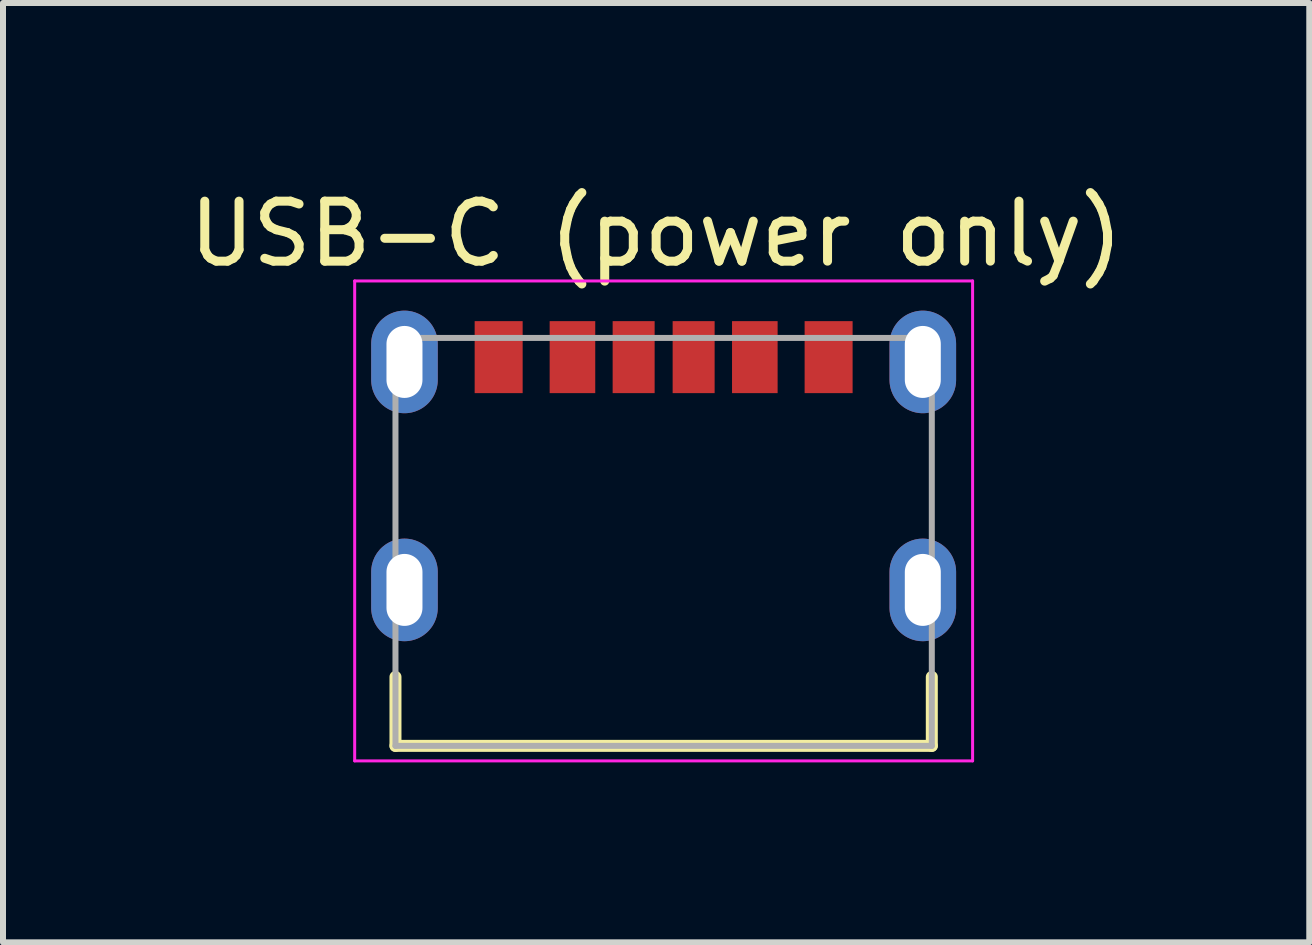
<source format=kicad_pcb>
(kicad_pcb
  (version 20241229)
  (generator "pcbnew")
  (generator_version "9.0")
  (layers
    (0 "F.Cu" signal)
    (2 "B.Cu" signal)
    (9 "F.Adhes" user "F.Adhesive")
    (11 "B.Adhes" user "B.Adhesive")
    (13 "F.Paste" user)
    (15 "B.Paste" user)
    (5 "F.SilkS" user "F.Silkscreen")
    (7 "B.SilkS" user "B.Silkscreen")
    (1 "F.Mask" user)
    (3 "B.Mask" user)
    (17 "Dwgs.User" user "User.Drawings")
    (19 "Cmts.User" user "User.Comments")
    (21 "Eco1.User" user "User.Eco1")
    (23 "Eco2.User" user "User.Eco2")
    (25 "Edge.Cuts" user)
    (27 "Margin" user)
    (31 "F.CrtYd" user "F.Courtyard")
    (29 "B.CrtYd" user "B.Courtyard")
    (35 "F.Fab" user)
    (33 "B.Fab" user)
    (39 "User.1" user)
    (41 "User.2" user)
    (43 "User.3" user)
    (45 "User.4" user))
  (footprint "USB-C (power only)"
    (layer "F.Cu")
    (at 8.012 5.983)
    (property "Reference" "USB-C (power only)" (at -0.125 -5.135 0) (layer "F.SilkS") (effects (font (size 1 1) (thickness 0.15))))
    (attr smd)
    (fp_poly (pts (xy -4.97 -3.3) (xy -4.97 -2.7) (xy -4.969 -2.666) (xy -4.966 -2.632) (xy -4.962 -2.598) (xy -4.956 -2.565) (xy -4.948 -2.532) (xy -4.938 -2.499) (xy -4.927 -2.467) (xy -4.914 -2.436) (xy -4.899 -2.405) (xy -4.883 -2.375) (xy -4.865 -2.346) (xy -4.846 -2.318) (xy -4.825 -2.291) (xy -4.803 -2.265) (xy -4.78 -2.24) (xy -4.755 -2.217) (xy -4.729 -2.195) (xy -4.702 -2.174) (xy -4.674 -2.155) (xy -4.645 -2.137) (xy -4.615 -2.121) (xy -4.584 -2.106) (xy -4.553 -2.093) (xy -4.521 -2.082) (xy -4.488 -2.072) (xy -4.455 -2.064) (xy -4.422 -2.058) (xy -4.388 -2.054) (xy -4.354 -2.051) (xy -4.32 -2.05) (xy -4.286 -2.051) (xy -4.252 -2.054) (xy -4.218 -2.058) (xy -4.185 -2.064) (xy -4.152 -2.072) (xy -4.119 -2.082) (xy -4.087 -2.093) (xy -4.056 -2.106) (xy -4.025 -2.121) (xy -3.995 -2.137) (xy -3.966 -2.155) (xy -3.938 -2.174) (xy -3.911 -2.195) (xy -3.885 -2.217) (xy -3.86 -2.24) (xy -3.837 -2.265) (xy -3.815 -2.291) (xy -3.794 -2.318) (xy -3.775 -2.346) (xy -3.757 -2.375) (xy -3.741 -2.405) (xy -3.726 -2.436) (xy -3.713 -2.467) (xy -3.702 -2.499) (xy -3.692 -2.532) (xy -3.684 -2.565) (xy -3.678 -2.598) (xy -3.674 -2.632) (xy -3.671 -2.666) (xy -3.67 -2.7) (xy -3.67 -3.3) (xy -3.671 -3.334) (xy -3.674 -3.368) (xy -3.678 -3.402) (xy -3.684 -3.435) (xy -3.692 -3.468) (xy -3.702 -3.501) (xy -3.713 -3.533) (xy -3.726 -3.564) (xy -3.741 -3.595) (xy -3.757 -3.625) (xy -3.775 -3.654) (xy -3.794 -3.682) (xy -3.815 -3.709) (xy -3.837 -3.735) (xy -3.86 -3.76) (xy -3.885 -3.783) (xy -3.911 -3.805) (xy -3.938 -3.826) (xy -3.966 -3.845) (xy -3.995 -3.863) (xy -4.025 -3.879) (xy -4.056 -3.894) (xy -4.087 -3.907) (xy -4.119 -3.918) (xy -4.152 -3.928) (xy -4.185 -3.936) (xy -4.218 -3.942) (xy -4.252 -3.946) (xy -4.286 -3.949) (xy -4.32 -3.95) (xy -4.354 -3.949) (xy -4.388 -3.946) (xy -4.422 -3.942) (xy -4.455 -3.936) (xy -4.488 -3.928) (xy -4.521 -3.918) (xy -4.553 -3.907) (xy -4.584 -3.894) (xy -4.615 -3.879) (xy -4.645 -3.863) (xy -4.674 -3.845) (xy -4.702 -3.826) (xy -4.729 -3.805) (xy -4.755 -3.783) (xy -4.78 -3.76) (xy -4.803 -3.735) (xy -4.825 -3.709) (xy -4.846 -3.682) (xy -4.865 -3.654) (xy -4.883 -3.625) (xy -4.899 -3.595) (xy -4.914 -3.564) (xy -4.927 -3.533) (xy -4.938 -3.501) (xy -4.948 -3.468) (xy -4.956 -3.435) (xy -4.962 -3.402) (xy -4.966 -3.368) (xy -4.969 -3.334) (xy -4.97 -3.3)) (stroke (width 0.01) (type solid)) (fill yes) (layer "F.Mask"))
    (fp_poly (pts (xy -4.97 0.5) (xy -4.97 1.1) (xy -4.969 1.134) (xy -4.966 1.168) (xy -4.962 1.202) (xy -4.956 1.235) (xy -4.948 1.268) (xy -4.938 1.301) (xy -4.927 1.333) (xy -4.914 1.364) (xy -4.899 1.395) (xy -4.883 1.425) (xy -4.865 1.454) (xy -4.846 1.482) (xy -4.825 1.509) (xy -4.803 1.535) (xy -4.78 1.56) (xy -4.755 1.583) (xy -4.729 1.605) (xy -4.702 1.626) (xy -4.674 1.645) (xy -4.645 1.663) (xy -4.615 1.679) (xy -4.584 1.694) (xy -4.553 1.707) (xy -4.521 1.718) (xy -4.488 1.728) (xy -4.455 1.736) (xy -4.422 1.742) (xy -4.388 1.746) (xy -4.354 1.749) (xy -4.32 1.75) (xy -4.286 1.749) (xy -4.252 1.746) (xy -4.218 1.742) (xy -4.185 1.736) (xy -4.152 1.728) (xy -4.119 1.718) (xy -4.087 1.707) (xy -4.056 1.694) (xy -4.025 1.679) (xy -3.995 1.663) (xy -3.966 1.645) (xy -3.938 1.626) (xy -3.911 1.605) (xy -3.885 1.583) (xy -3.86 1.56) (xy -3.837 1.535) (xy -3.815 1.509) (xy -3.794 1.482) (xy -3.775 1.454) (xy -3.757 1.425) (xy -3.741 1.395) (xy -3.726 1.364) (xy -3.713 1.333) (xy -3.702 1.301) (xy -3.692 1.268) (xy -3.684 1.235) (xy -3.678 1.202) (xy -3.674 1.168) (xy -3.671 1.134) (xy -3.67 1.1) (xy -3.67 0.5) (xy -3.671 0.466) (xy -3.674 0.432) (xy -3.678 0.398) (xy -3.684 0.365) (xy -3.692 0.332) (xy -3.702 0.299) (xy -3.713 0.267) (xy -3.726 0.236) (xy -3.741 0.205) (xy -3.757 0.175) (xy -3.775 0.146) (xy -3.794 0.118) (xy -3.815 0.091) (xy -3.837 0.065) (xy -3.86 0.04) (xy -3.885 0.017) (xy -3.911 -0.005) (xy -3.938 -0.026) (xy -3.966 -0.045) (xy -3.995 -0.063) (xy -4.025 -0.079) (xy -4.056 -0.094) (xy -4.087 -0.107) (xy -4.119 -0.118) (xy -4.152 -0.128) (xy -4.185 -0.136) (xy -4.218 -0.142) (xy -4.252 -0.146) (xy -4.286 -0.149) (xy -4.32 -0.15) (xy -4.354 -0.149) (xy -4.388 -0.146) (xy -4.422 -0.142) (xy -4.455 -0.136) (xy -4.488 -0.128) (xy -4.521 -0.118) (xy -4.553 -0.107) (xy -4.584 -0.094) (xy -4.615 -0.079) (xy -4.645 -0.063) (xy -4.674 -0.045) (xy -4.702 -0.026) (xy -4.729 -0.005) (xy -4.755 0.017) (xy -4.78 0.04) (xy -4.803 0.065) (xy -4.825 0.091) (xy -4.846 0.118) (xy -4.865 0.146) (xy -4.883 0.175) (xy -4.899 0.205) (xy -4.914 0.236) (xy -4.927 0.267) (xy -4.938 0.299) (xy -4.948 0.332) (xy -4.956 0.365) (xy -4.962 0.398) (xy -4.966 0.432) (xy -4.969 0.466) (xy -4.97 0.5)) (stroke (width 0.01) (type solid)) (fill yes) (layer "F.Mask"))
    (fp_poly (pts (xy 3.67 -3.3) (xy 3.67 -2.7) (xy 3.671 -2.666) (xy 3.674 -2.632) (xy 3.678 -2.598) (xy 3.684 -2.565) (xy 3.692 -2.532) (xy 3.702 -2.499) (xy 3.713 -2.467) (xy 3.726 -2.436) (xy 3.741 -2.405) (xy 3.757 -2.375) (xy 3.775 -2.346) (xy 3.794 -2.318) (xy 3.815 -2.291) (xy 3.837 -2.265) (xy 3.86 -2.24) (xy 3.885 -2.217) (xy 3.911 -2.195) (xy 3.938 -2.174) (xy 3.966 -2.155) (xy 3.995 -2.137) (xy 4.025 -2.121) (xy 4.056 -2.106) (xy 4.087 -2.093) (xy 4.119 -2.082) (xy 4.152 -2.072) (xy 4.185 -2.064) (xy 4.218 -2.058) (xy 4.252 -2.054) (xy 4.286 -2.051) (xy 4.32 -2.05) (xy 4.354 -2.051) (xy 4.388 -2.054) (xy 4.422 -2.058) (xy 4.455 -2.064) (xy 4.488 -2.072) (xy 4.521 -2.082) (xy 4.553 -2.093) (xy 4.584 -2.106) (xy 4.615 -2.121) (xy 4.645 -2.137) (xy 4.674 -2.155) (xy 4.702 -2.174) (xy 4.729 -2.195) (xy 4.755 -2.217) (xy 4.78 -2.24) (xy 4.803 -2.265) (xy 4.825 -2.291) (xy 4.846 -2.318) (xy 4.865 -2.346) (xy 4.883 -2.375) (xy 4.899 -2.405) (xy 4.914 -2.436) (xy 4.927 -2.467) (xy 4.938 -2.499) (xy 4.948 -2.532) (xy 4.956 -2.565) (xy 4.962 -2.598) (xy 4.966 -2.632) (xy 4.969 -2.666) (xy 4.97 -2.7) (xy 4.97 -3.3) (xy 4.969 -3.334) (xy 4.966 -3.368) (xy 4.962 -3.402) (xy 4.956 -3.435) (xy 4.948 -3.468) (xy 4.938 -3.501) (xy 4.927 -3.533) (xy 4.914 -3.564) (xy 4.899 -3.595) (xy 4.883 -3.625) (xy 4.865 -3.654) (xy 4.846 -3.682) (xy 4.825 -3.709) (xy 4.803 -3.735) (xy 4.78 -3.76) (xy 4.755 -3.783) (xy 4.729 -3.805) (xy 4.702 -3.826) (xy 4.674 -3.845) (xy 4.645 -3.863) (xy 4.615 -3.879) (xy 4.584 -3.894) (xy 4.553 -3.907) (xy 4.521 -3.918) (xy 4.488 -3.928) (xy 4.455 -3.936) (xy 4.422 -3.942) (xy 4.388 -3.946) (xy 4.354 -3.949) (xy 4.32 -3.95) (xy 4.286 -3.949) (xy 4.252 -3.946) (xy 4.218 -3.942) (xy 4.185 -3.936) (xy 4.152 -3.928) (xy 4.119 -3.918) (xy 4.087 -3.907) (xy 4.056 -3.894) (xy 4.025 -3.879) (xy 3.995 -3.863) (xy 3.966 -3.845) (xy 3.938 -3.826) (xy 3.911 -3.805) (xy 3.885 -3.783) (xy 3.86 -3.76) (xy 3.837 -3.735) (xy 3.815 -3.709) (xy 3.794 -3.682) (xy 3.775 -3.654) (xy 3.757 -3.625) (xy 3.741 -3.595) (xy 3.726 -3.564) (xy 3.713 -3.533) (xy 3.702 -3.501) (xy 3.692 -3.468) (xy 3.684 -3.435) (xy 3.678 -3.402) (xy 3.674 -3.368) (xy 3.671 -3.334) (xy 3.67 -3.3)) (stroke (width 0.01) (type solid)) (fill yes) (layer "F.Mask"))
    (fp_poly (pts (xy 3.67 0.5) (xy 3.67 1.1) (xy 3.671 1.134) (xy 3.674 1.168) (xy 3.678 1.202) (xy 3.684 1.235) (xy 3.692 1.268) (xy 3.702 1.301) (xy 3.713 1.333) (xy 3.726 1.364) (xy 3.741 1.395) (xy 3.757 1.425) (xy 3.775 1.454) (xy 3.794 1.482) (xy 3.815 1.509) (xy 3.837 1.535) (xy 3.86 1.56) (xy 3.885 1.583) (xy 3.911 1.605) (xy 3.938 1.626) (xy 3.966 1.645) (xy 3.995 1.663) (xy 4.025 1.679) (xy 4.056 1.694) (xy 4.087 1.707) (xy 4.119 1.718) (xy 4.152 1.728) (xy 4.185 1.736) (xy 4.218 1.742) (xy 4.252 1.746) (xy 4.286 1.749) (xy 4.32 1.75) (xy 4.354 1.749) (xy 4.388 1.746) (xy 4.422 1.742) (xy 4.455 1.736) (xy 4.488 1.728) (xy 4.521 1.718) (xy 4.553 1.707) (xy 4.584 1.694) (xy 4.615 1.679) (xy 4.645 1.663) (xy 4.674 1.645) (xy 4.702 1.626) (xy 4.729 1.605) (xy 4.755 1.583) (xy 4.78 1.56) (xy 4.803 1.535) (xy 4.825 1.509) (xy 4.846 1.482) (xy 4.865 1.454) (xy 4.883 1.425) (xy 4.899 1.395) (xy 4.914 1.364) (xy 4.927 1.333) (xy 4.938 1.301) (xy 4.948 1.268) (xy 4.956 1.235) (xy 4.962 1.202) (xy 4.966 1.168) (xy 4.969 1.134) (xy 4.97 1.1) (xy 4.97 0.5) (xy 4.969 0.466) (xy 4.966 0.432) (xy 4.962 0.398) (xy 4.956 0.365) (xy 4.948 0.332) (xy 4.938 0.299) (xy 4.927 0.267) (xy 4.914 0.236) (xy 4.899 0.205) (xy 4.883 0.175) (xy 4.865 0.146) (xy 4.846 0.118) (xy 4.825 0.091) (xy 4.803 0.065) (xy 4.78 0.04) (xy 4.755 0.017) (xy 4.729 -0.005) (xy 4.702 -0.026) (xy 4.674 -0.045) (xy 4.645 -0.063) (xy 4.615 -0.079) (xy 4.584 -0.094) (xy 4.553 -0.107) (xy 4.521 -0.118) (xy 4.488 -0.128) (xy 4.455 -0.136) (xy 4.422 -0.142) (xy 4.388 -0.146) (xy 4.354 -0.149) (xy 4.32 -0.15) (xy 4.286 -0.149) (xy 4.252 -0.146) (xy 4.218 -0.142) (xy 4.185 -0.136) (xy 4.152 -0.128) (xy 4.119 -0.118) (xy 4.087 -0.107) (xy 4.056 -0.094) (xy 4.025 -0.079) (xy 3.995 -0.063) (xy 3.966 -0.045) (xy 3.938 -0.026) (xy 3.911 -0.005) (xy 3.885 0.017) (xy 3.86 0.04) (xy 3.837 0.065) (xy 3.815 0.091) (xy 3.794 0.118) (xy 3.775 0.146) (xy 3.757 0.175) (xy 3.741 0.205) (xy 3.726 0.236) (xy 3.713 0.267) (xy 3.702 0.299) (xy 3.692 0.332) (xy 3.684 0.365) (xy 3.678 0.398) (xy 3.674 0.432) (xy 3.671 0.466) (xy 3.67 0.5)) (stroke (width 0.01) (type solid)) (fill yes) (layer "F.Mask"))
    (fp_poly (pts (xy -4.97 -3.3) (xy -4.97 -2.7) (xy -4.969 -2.666) (xy -4.966 -2.632) (xy -4.962 -2.598) (xy -4.956 -2.565) (xy -4.948 -2.532) (xy -4.938 -2.499) (xy -4.927 -2.467) (xy -4.914 -2.436) (xy -4.899 -2.405) (xy -4.883 -2.375) (xy -4.865 -2.346) (xy -4.846 -2.318) (xy -4.825 -2.291) (xy -4.803 -2.265) (xy -4.78 -2.24) (xy -4.755 -2.217) (xy -4.729 -2.195) (xy -4.702 -2.174) (xy -4.674 -2.155) (xy -4.645 -2.137) (xy -4.615 -2.121) (xy -4.584 -2.106) (xy -4.553 -2.093) (xy -4.521 -2.082) (xy -4.488 -2.072) (xy -4.455 -2.064) (xy -4.422 -2.058) (xy -4.388 -2.054) (xy -4.354 -2.051) (xy -4.32 -2.05) (xy -4.286 -2.051) (xy -4.252 -2.054) (xy -4.218 -2.058) (xy -4.185 -2.064) (xy -4.152 -2.072) (xy -4.119 -2.082) (xy -4.087 -2.093) (xy -4.056 -2.106) (xy -4.025 -2.121) (xy -3.995 -2.137) (xy -3.966 -2.155) (xy -3.938 -2.174) (xy -3.911 -2.195) (xy -3.885 -2.217) (xy -3.86 -2.24) (xy -3.837 -2.265) (xy -3.815 -2.291) (xy -3.794 -2.318) (xy -3.775 -2.346) (xy -3.757 -2.375) (xy -3.741 -2.405) (xy -3.726 -2.436) (xy -3.713 -2.467) (xy -3.702 -2.499) (xy -3.692 -2.532) (xy -3.684 -2.565) (xy -3.678 -2.598) (xy -3.674 -2.632) (xy -3.671 -2.666) (xy -3.67 -2.7) (xy -3.67 -3.3) (xy -3.671 -3.334) (xy -3.674 -3.368) (xy -3.678 -3.402) (xy -3.684 -3.435) (xy -3.692 -3.468) (xy -3.702 -3.501) (xy -3.713 -3.533) (xy -3.726 -3.564) (xy -3.741 -3.595) (xy -3.757 -3.625) (xy -3.775 -3.654) (xy -3.794 -3.682) (xy -3.815 -3.709) (xy -3.837 -3.735) (xy -3.86 -3.76) (xy -3.885 -3.783) (xy -3.911 -3.805) (xy -3.938 -3.826) (xy -3.966 -3.845) (xy -3.995 -3.863) (xy -4.025 -3.879) (xy -4.056 -3.894) (xy -4.087 -3.907) (xy -4.119 -3.918) (xy -4.152 -3.928) (xy -4.185 -3.936) (xy -4.218 -3.942) (xy -4.252 -3.946) (xy -4.286 -3.949) (xy -4.32 -3.95) (xy -4.354 -3.949) (xy -4.388 -3.946) (xy -4.422 -3.942) (xy -4.455 -3.936) (xy -4.488 -3.928) (xy -4.521 -3.918) (xy -4.553 -3.907) (xy -4.584 -3.894) (xy -4.615 -3.879) (xy -4.645 -3.863) (xy -4.674 -3.845) (xy -4.702 -3.826) (xy -4.729 -3.805) (xy -4.755 -3.783) (xy -4.78 -3.76) (xy -4.803 -3.735) (xy -4.825 -3.709) (xy -4.846 -3.682) (xy -4.865 -3.654) (xy -4.883 -3.625) (xy -4.899 -3.595) (xy -4.914 -3.564) (xy -4.927 -3.533) (xy -4.938 -3.501) (xy -4.948 -3.468) (xy -4.956 -3.435) (xy -4.962 -3.402) (xy -4.966 -3.368) (xy -4.969 -3.334) (xy -4.97 -3.3)) (stroke (width 0.01) (type solid)) (fill yes) (layer "B.Mask"))
    (fp_poly (pts (xy -4.97 0.5) (xy -4.97 1.1) (xy -4.969 1.134) (xy -4.966 1.168) (xy -4.962 1.202) (xy -4.956 1.235) (xy -4.948 1.268) (xy -4.938 1.301) (xy -4.927 1.333) (xy -4.914 1.364) (xy -4.899 1.395) (xy -4.883 1.425) (xy -4.865 1.454) (xy -4.846 1.482) (xy -4.825 1.509) (xy -4.803 1.535) (xy -4.78 1.56) (xy -4.755 1.583) (xy -4.729 1.605) (xy -4.702 1.626) (xy -4.674 1.645) (xy -4.645 1.663) (xy -4.615 1.679) (xy -4.584 1.694) (xy -4.553 1.707) (xy -4.521 1.718) (xy -4.488 1.728) (xy -4.455 1.736) (xy -4.422 1.742) (xy -4.388 1.746) (xy -4.354 1.749) (xy -4.32 1.75) (xy -4.286 1.749) (xy -4.252 1.746) (xy -4.218 1.742) (xy -4.185 1.736) (xy -4.152 1.728) (xy -4.119 1.718) (xy -4.087 1.707) (xy -4.056 1.694) (xy -4.025 1.679) (xy -3.995 1.663) (xy -3.966 1.645) (xy -3.938 1.626) (xy -3.911 1.605) (xy -3.885 1.583) (xy -3.86 1.56) (xy -3.837 1.535) (xy -3.815 1.509) (xy -3.794 1.482) (xy -3.775 1.454) (xy -3.757 1.425) (xy -3.741 1.395) (xy -3.726 1.364) (xy -3.713 1.333) (xy -3.702 1.301) (xy -3.692 1.268) (xy -3.684 1.235) (xy -3.678 1.202) (xy -3.674 1.168) (xy -3.671 1.134) (xy -3.67 1.1) (xy -3.67 0.5) (xy -3.671 0.466) (xy -3.674 0.432) (xy -3.678 0.398) (xy -3.684 0.365) (xy -3.692 0.332) (xy -3.702 0.299) (xy -3.713 0.267) (xy -3.726 0.236) (xy -3.741 0.205) (xy -3.757 0.175) (xy -3.775 0.146) (xy -3.794 0.118) (xy -3.815 0.091) (xy -3.837 0.065) (xy -3.86 0.04) (xy -3.885 0.017) (xy -3.911 -0.005) (xy -3.938 -0.026) (xy -3.966 -0.045) (xy -3.995 -0.063) (xy -4.025 -0.079) (xy -4.056 -0.094) (xy -4.087 -0.107) (xy -4.119 -0.118) (xy -4.152 -0.128) (xy -4.185 -0.136) (xy -4.218 -0.142) (xy -4.252 -0.146) (xy -4.286 -0.149) (xy -4.32 -0.15) (xy -4.354 -0.149) (xy -4.388 -0.146) (xy -4.422 -0.142) (xy -4.455 -0.136) (xy -4.488 -0.128) (xy -4.521 -0.118) (xy -4.553 -0.107) (xy -4.584 -0.094) (xy -4.615 -0.079) (xy -4.645 -0.063) (xy -4.674 -0.045) (xy -4.702 -0.026) (xy -4.729 -0.005) (xy -4.755 0.017) (xy -4.78 0.04) (xy -4.803 0.065) (xy -4.825 0.091) (xy -4.846 0.118) (xy -4.865 0.146) (xy -4.883 0.175) (xy -4.899 0.205) (xy -4.914 0.236) (xy -4.927 0.267) (xy -4.938 0.299) (xy -4.948 0.332) (xy -4.956 0.365) (xy -4.962 0.398) (xy -4.966 0.432) (xy -4.969 0.466) (xy -4.97 0.5)) (stroke (width 0.01) (type solid)) (fill yes) (layer "B.Mask"))
    (fp_poly (pts (xy 3.67 -3.3) (xy 3.67 -2.7) (xy 3.671 -2.666) (xy 3.674 -2.632) (xy 3.678 -2.598) (xy 3.684 -2.565) (xy 3.692 -2.532) (xy 3.702 -2.499) (xy 3.713 -2.467) (xy 3.726 -2.436) (xy 3.741 -2.405) (xy 3.757 -2.375) (xy 3.775 -2.346) (xy 3.794 -2.318) (xy 3.815 -2.291) (xy 3.837 -2.265) (xy 3.86 -2.24) (xy 3.885 -2.217) (xy 3.911 -2.195) (xy 3.938 -2.174) (xy 3.966 -2.155) (xy 3.995 -2.137) (xy 4.025 -2.121) (xy 4.056 -2.106) (xy 4.087 -2.093) (xy 4.119 -2.082) (xy 4.152 -2.072) (xy 4.185 -2.064) (xy 4.218 -2.058) (xy 4.252 -2.054) (xy 4.286 -2.051) (xy 4.32 -2.05) (xy 4.354 -2.051) (xy 4.388 -2.054) (xy 4.422 -2.058) (xy 4.455 -2.064) (xy 4.488 -2.072) (xy 4.521 -2.082) (xy 4.553 -2.093) (xy 4.584 -2.106) (xy 4.615 -2.121) (xy 4.645 -2.137) (xy 4.674 -2.155) (xy 4.702 -2.174) (xy 4.729 -2.195) (xy 4.755 -2.217) (xy 4.78 -2.24) (xy 4.803 -2.265) (xy 4.825 -2.291) (xy 4.846 -2.318) (xy 4.865 -2.346) (xy 4.883 -2.375) (xy 4.899 -2.405) (xy 4.914 -2.436) (xy 4.927 -2.467) (xy 4.938 -2.499) (xy 4.948 -2.532) (xy 4.956 -2.565) (xy 4.962 -2.598) (xy 4.966 -2.632) (xy 4.969 -2.666) (xy 4.97 -2.7) (xy 4.97 -3.3) (xy 4.969 -3.334) (xy 4.966 -3.368) (xy 4.962 -3.402) (xy 4.956 -3.435) (xy 4.948 -3.468) (xy 4.938 -3.501) (xy 4.927 -3.533) (xy 4.914 -3.564) (xy 4.899 -3.595) (xy 4.883 -3.625) (xy 4.865 -3.654) (xy 4.846 -3.682) (xy 4.825 -3.709) (xy 4.803 -3.735) (xy 4.78 -3.76) (xy 4.755 -3.783) (xy 4.729 -3.805) (xy 4.702 -3.826) (xy 4.674 -3.845) (xy 4.645 -3.863) (xy 4.615 -3.879) (xy 4.584 -3.894) (xy 4.553 -3.907) (xy 4.521 -3.918) (xy 4.488 -3.928) (xy 4.455 -3.936) (xy 4.422 -3.942) (xy 4.388 -3.946) (xy 4.354 -3.949) (xy 4.32 -3.95) (xy 4.286 -3.949) (xy 4.252 -3.946) (xy 4.218 -3.942) (xy 4.185 -3.936) (xy 4.152 -3.928) (xy 4.119 -3.918) (xy 4.087 -3.907) (xy 4.056 -3.894) (xy 4.025 -3.879) (xy 3.995 -3.863) (xy 3.966 -3.845) (xy 3.938 -3.826) (xy 3.911 -3.805) (xy 3.885 -3.783) (xy 3.86 -3.76) (xy 3.837 -3.735) (xy 3.815 -3.709) (xy 3.794 -3.682) (xy 3.775 -3.654) (xy 3.757 -3.625) (xy 3.741 -3.595) (xy 3.726 -3.564) (xy 3.713 -3.533) (xy 3.702 -3.501) (xy 3.692 -3.468) (xy 3.684 -3.435) (xy 3.678 -3.402) (xy 3.674 -3.368) (xy 3.671 -3.334) (xy 3.67 -3.3)) (stroke (width 0.01) (type solid)) (fill yes) (layer "B.Mask"))
    (fp_poly (pts (xy 3.67 0.5) (xy 3.67 1.1) (xy 3.671 1.134) (xy 3.674 1.168) (xy 3.678 1.202) (xy 3.684 1.235) (xy 3.692 1.268) (xy 3.702 1.301) (xy 3.713 1.333) (xy 3.726 1.364) (xy 3.741 1.395) (xy 3.757 1.425) (xy 3.775 1.454) (xy 3.794 1.482) (xy 3.815 1.509) (xy 3.837 1.535) (xy 3.86 1.56) (xy 3.885 1.583) (xy 3.911 1.605) (xy 3.938 1.626) (xy 3.966 1.645) (xy 3.995 1.663) (xy 4.025 1.679) (xy 4.056 1.694) (xy 4.087 1.707) (xy 4.119 1.718) (xy 4.152 1.728) (xy 4.185 1.736) (xy 4.218 1.742) (xy 4.252 1.746) (xy 4.286 1.749) (xy 4.32 1.75) (xy 4.354 1.749) (xy 4.388 1.746) (xy 4.422 1.742) (xy 4.455 1.736) (xy 4.488 1.728) (xy 4.521 1.718) (xy 4.553 1.707) (xy 4.584 1.694) (xy 4.615 1.679) (xy 4.645 1.663) (xy 4.674 1.645) (xy 4.702 1.626) (xy 4.729 1.605) (xy 4.755 1.583) (xy 4.78 1.56) (xy 4.803 1.535) (xy 4.825 1.509) (xy 4.846 1.482) (xy 4.865 1.454) (xy 4.883 1.425) (xy 4.899 1.395) (xy 4.914 1.364) (xy 4.927 1.333) (xy 4.938 1.301) (xy 4.948 1.268) (xy 4.956 1.235) (xy 4.962 1.202) (xy 4.966 1.168) (xy 4.969 1.134) (xy 4.97 1.1) (xy 4.97 0.5) (xy 4.969 0.466) (xy 4.966 0.432) (xy 4.962 0.398) (xy 4.956 0.365) (xy 4.948 0.332) (xy 4.938 0.299) (xy 4.927 0.267) (xy 4.914 0.236) (xy 4.899 0.205) (xy 4.883 0.175) (xy 4.865 0.146) (xy 4.846 0.118) (xy 4.825 0.091) (xy 4.803 0.065) (xy 4.78 0.04) (xy 4.755 0.017) (xy 4.729 -0.005) (xy 4.702 -0.026) (xy 4.674 -0.045) (xy 4.645 -0.063) (xy 4.615 -0.079) (xy 4.584 -0.094) (xy 4.553 -0.107) (xy 4.521 -0.118) (xy 4.488 -0.128) (xy 4.455 -0.136) (xy 4.422 -0.142) (xy 4.388 -0.146) (xy 4.354 -0.149) (xy 4.32 -0.15) (xy 4.286 -0.149) (xy 4.252 -0.146) (xy 4.218 -0.142) (xy 4.185 -0.136) (xy 4.152 -0.128) (xy 4.119 -0.118) (xy 4.087 -0.107) (xy 4.056 -0.094) (xy 4.025 -0.079) (xy 3.995 -0.063) (xy 3.966 -0.045) (xy 3.938 -0.026) (xy 3.911 -0.005) (xy 3.885 0.017) (xy 3.86 0.04) (xy 3.837 0.065) (xy 3.815 0.091) (xy 3.794 0.118) (xy 3.775 0.146) (xy 3.757 0.175) (xy 3.741 0.205) (xy 3.726 0.236) (xy 3.713 0.267) (xy 3.702 0.299) (xy 3.692 0.332) (xy 3.684 0.365) (xy 3.678 0.398) (xy 3.674 0.432) (xy 3.671 0.466) (xy 3.67 0.5)) (stroke (width 0.01) (type solid)) (fill yes) (layer "B.Mask"))
    (fp_line (start -4.47 2.25) (end -4.47 3.4) (stroke (width 0.2) (type solid)) (layer "F.SilkS"))
    (fp_line (start -4.47 3.4) (end 4.47 3.4) (stroke (width 0.2) (type solid)) (layer "F.SilkS"))
    (fp_line (start 4.47 3.4) (end 4.47 2.25) (stroke (width 0.2) (type solid)) (layer "F.SilkS"))
    (fp_line (start -5.15 -4.35) (end 5.15 -4.35) (stroke (width 0.05) (type solid)) (layer "F.CrtYd"))
    (fp_line (start -5.15 3.65) (end -5.15 -4.35) (stroke (width 0.05) (type solid)) (layer "F.CrtYd"))
    (fp_line (start 5.15 -4.35) (end 5.15 3.65) (stroke (width 0.05) (type solid)) (layer "F.CrtYd"))
    (fp_line (start 5.15 3.65) (end -5.15 3.65) (stroke (width 0.05) (type solid)) (layer "F.CrtYd"))
    (fp_line (start -4.47 -3.4) (end 4.47 -3.4) (stroke (width 0.1) (type solid)) (layer "F.Fab"))
    (fp_line (start -4.47 3.4) (end -4.47 -3.4) (stroke (width 0.1) (type solid)) (layer "F.Fab"))
    (fp_line (start 4.47 -3.4) (end 4.47 3.4) (stroke (width 0.1) (type solid)) (layer "F.Fab"))
    (fp_line (start 4.47 3.4) (end -4.47 3.4) (stroke (width 0.1) (type solid)) (layer "F.Fab"))
    (pad "A5" smd rect (at -0.5 -3.08) (size 0.7 1.2) (layers "F.Cu" "F.Mask" "F.Paste"))
    (pad "A9" smd rect (at 1.52 -3.08) (size 0.76 1.2) (layers "F.Cu" "F.Mask" "F.Paste"))
    (pad "A12" smd rect (at 2.75 -3.08) (size 0.8 1.2) (layers "F.Cu" "F.Mask" "F.Paste"))
    (pad "B5" smd rect (at 0.5 -3.08) (size 0.7 1.2) (layers "F.Cu" "F.Mask" "F.Paste"))
    (pad "B9" smd rect (at -1.52 -3.08) (size 0.76 1.2) (layers "F.Cu" "F.Mask" "F.Paste"))
    (pad "B12" smd rect (at -2.75 -3.08) (size 0.8 1.2) (layers "F.Cu" "F.Mask" "F.Paste"))
    (pad "S1" thru_hole custom (at -4.32 -3) (size 0.8 1.6) (drill oval 0.6 1.2) (layers "*.Cu") (options (anchor circle)) (primitives (gr_poly (pts (xy -0.55 -0.3) (xy -0.55 0.3) (xy -0.549 0.329) (xy -0.547 0.357) (xy -0.543 0.386) (xy -0.538 0.414) (xy -0.531 0.442) (xy -0.523 0.47) (xy -0.513 0.497) (xy -0.502 0.524) (xy -0.49 0.55) (xy -0.476 0.575) (xy -0.461 0.6) (xy -0.445 0.623) (xy -0.427 0.646) (xy -0.409 0.668) (xy -0.389 0.689) (xy -0.368 0.709) (xy -0.346 0.727) (xy -0.323 0.745) (xy -0.3 0.761) (xy -0.275 0.776) (xy -0.25 0.79) (xy -0.224 0.802) (xy -0.197 0.813) (xy -0.17 0.823) (xy -0.142 0.831) (xy -0.114 0.838) (xy -0.086 0.843) (xy -0.057 0.847) (xy -0.029 0.849) (xy 0 0.85) (xy 0.029 0.849) (xy 0.057 0.847) (xy 0.086 0.843) (xy 0.114 0.838) (xy 0.142 0.831) (xy 0.17 0.823) (xy 0.197 0.813) (xy 0.224 0.802) (xy 0.25 0.79) (xy 0.275 0.776) (xy 0.3 0.761) (xy 0.323 0.745) (xy 0.346 0.727) (xy 0.368 0.709) (xy 0.389 0.689) (xy 0.409 0.668) (xy 0.427 0.646) (xy 0.445 0.623) (xy 0.461 0.6) (xy 0.476 0.575) (xy 0.49 0.55) (xy 0.502 0.524) (xy 0.513 0.497) (xy 0.523 0.47) (xy 0.531 0.442) (xy 0.538 0.414) (xy 0.543 0.386) (xy 0.547 0.357) (xy 0.549 0.329) (xy 0.55 0.3) (xy 0.55 -0.3) (xy 0.549 -0.329) (xy 0.547 -0.357) (xy 0.543 -0.386) (xy 0.538 -0.414) (xy 0.531 -0.442) (xy 0.523 -0.47) (xy 0.513 -0.497) (xy 0.502 -0.524) (xy 0.49 -0.55) (xy 0.476 -0.575) (xy 0.461 -0.6) (xy 0.445 -0.623) (xy 0.427 -0.646) (xy 0.409 -0.668) (xy 0.389 -0.689) (xy 0.368 -0.709) (xy 0.346 -0.727) (xy 0.323 -0.745) (xy 0.3 -0.761) (xy 0.275 -0.776) (xy 0.25 -0.79) (xy 0.224 -0.802) (xy 0.197 -0.813) (xy 0.17 -0.823) (xy 0.142 -0.831) (xy 0.114 -0.838) (xy 0.086 -0.843) (xy 0.057 -0.847) (xy 0.029 -0.849) (xy 0 -0.85) (xy -0.029 -0.849) (xy -0.057 -0.847) (xy -0.086 -0.843) (xy -0.114 -0.838) (xy -0.142 -0.831) (xy -0.17 -0.823) (xy -0.197 -0.813) (xy -0.224 -0.802) (xy -0.25 -0.79) (xy -0.275 -0.776) (xy -0.3 -0.761) (xy -0.323 -0.745) (xy -0.346 -0.727) (xy -0.368 -0.709) (xy -0.389 -0.689) (xy -0.409 -0.668) (xy -0.427 -0.646) (xy -0.445 -0.623) (xy -0.461 -0.6) (xy -0.476 -0.575) (xy -0.49 -0.55) (xy -0.502 -0.524) (xy -0.513 -0.497) (xy -0.523 -0.47) (xy -0.531 -0.442) (xy -0.538 -0.414) (xy -0.543 -0.386) (xy -0.547 -0.357) (xy -0.549 -0.329) (xy -0.55 -0.3)) (width 0.01) (fill yes))))
    (pad "S2" thru_hole custom (at 4.32 -3) (size 0.8 1.6) (drill oval 0.6 1.2) (layers "*.Cu") (options (anchor circle)) (primitives (gr_poly (pts (xy -0.55 -0.3) (xy -0.55 0.3) (xy -0.549 0.329) (xy -0.547 0.357) (xy -0.543 0.386) (xy -0.538 0.414) (xy -0.531 0.442) (xy -0.523 0.47) (xy -0.513 0.497) (xy -0.502 0.524) (xy -0.49 0.55) (xy -0.476 0.575) (xy -0.461 0.6) (xy -0.445 0.623) (xy -0.427 0.646) (xy -0.409 0.668) (xy -0.389 0.689) (xy -0.368 0.709) (xy -0.346 0.727) (xy -0.323 0.745) (xy -0.3 0.761) (xy -0.275 0.776) (xy -0.25 0.79) (xy -0.224 0.802) (xy -0.197 0.813) (xy -0.17 0.823) (xy -0.142 0.831) (xy -0.114 0.838) (xy -0.086 0.843) (xy -0.057 0.847) (xy -0.029 0.849) (xy 0 0.85) (xy 0.029 0.849) (xy 0.057 0.847) (xy 0.086 0.843) (xy 0.114 0.838) (xy 0.142 0.831) (xy 0.17 0.823) (xy 0.197 0.813) (xy 0.224 0.802) (xy 0.25 0.79) (xy 0.275 0.776) (xy 0.3 0.761) (xy 0.323 0.745) (xy 0.346 0.727) (xy 0.368 0.709) (xy 0.389 0.689) (xy 0.409 0.668) (xy 0.427 0.646) (xy 0.445 0.623) (xy 0.461 0.6) (xy 0.476 0.575) (xy 0.49 0.55) (xy 0.502 0.524) (xy 0.513 0.497) (xy 0.523 0.47) (xy 0.531 0.442) (xy 0.538 0.414) (xy 0.543 0.386) (xy 0.547 0.357) (xy 0.549 0.329) (xy 0.55 0.3) (xy 0.55 -0.3) (xy 0.549 -0.329) (xy 0.547 -0.357) (xy 0.543 -0.386) (xy 0.538 -0.414) (xy 0.531 -0.442) (xy 0.523 -0.47) (xy 0.513 -0.497) (xy 0.502 -0.524) (xy 0.49 -0.55) (xy 0.476 -0.575) (xy 0.461 -0.6) (xy 0.445 -0.623) (xy 0.427 -0.646) (xy 0.409 -0.668) (xy 0.389 -0.689) (xy 0.368 -0.709) (xy 0.346 -0.727) (xy 0.323 -0.745) (xy 0.3 -0.761) (xy 0.275 -0.776) (xy 0.25 -0.79) (xy 0.224 -0.802) (xy 0.197 -0.813) (xy 0.17 -0.823) (xy 0.142 -0.831) (xy 0.114 -0.838) (xy 0.086 -0.843) (xy 0.057 -0.847) (xy 0.029 -0.849) (xy 0 -0.85) (xy -0.029 -0.849) (xy -0.057 -0.847) (xy -0.086 -0.843) (xy -0.114 -0.838) (xy -0.142 -0.831) (xy -0.17 -0.823) (xy -0.197 -0.813) (xy -0.224 -0.802) (xy -0.25 -0.79) (xy -0.275 -0.776) (xy -0.3 -0.761) (xy -0.323 -0.745) (xy -0.346 -0.727) (xy -0.368 -0.709) (xy -0.389 -0.689) (xy -0.409 -0.668) (xy -0.427 -0.646) (xy -0.445 -0.623) (xy -0.461 -0.6) (xy -0.476 -0.575) (xy -0.49 -0.55) (xy -0.502 -0.524) (xy -0.513 -0.497) (xy -0.523 -0.47) (xy -0.531 -0.442) (xy -0.538 -0.414) (xy -0.543 -0.386) (xy -0.547 -0.357) (xy -0.549 -0.329) (xy -0.55 -0.3)) (width 0.01) (fill yes))))
    (pad "S3" thru_hole custom (at -4.32 0.8) (size 0.8 1.6) (drill oval 0.6 1.2) (layers "*.Cu") (options (anchor circle)) (primitives (gr_poly (pts (xy -0.55 -0.3) (xy -0.55 0.3) (xy -0.549 0.329) (xy -0.547 0.357) (xy -0.543 0.386) (xy -0.538 0.414) (xy -0.531 0.442) (xy -0.523 0.47) (xy -0.513 0.497) (xy -0.502 0.524) (xy -0.49 0.55) (xy -0.476 0.575) (xy -0.461 0.6) (xy -0.445 0.623) (xy -0.427 0.646) (xy -0.409 0.668) (xy -0.389 0.689) (xy -0.368 0.709) (xy -0.346 0.727) (xy -0.323 0.745) (xy -0.3 0.761) (xy -0.275 0.776) (xy -0.25 0.79) (xy -0.224 0.802) (xy -0.197 0.813) (xy -0.17 0.823) (xy -0.142 0.831) (xy -0.114 0.838) (xy -0.086 0.843) (xy -0.057 0.847) (xy -0.029 0.849) (xy 0 0.85) (xy 0.029 0.849) (xy 0.057 0.847) (xy 0.086 0.843) (xy 0.114 0.838) (xy 0.142 0.831) (xy 0.17 0.823) (xy 0.197 0.813) (xy 0.224 0.802) (xy 0.25 0.79) (xy 0.275 0.776) (xy 0.3 0.761) (xy 0.323 0.745) (xy 0.346 0.727) (xy 0.368 0.709) (xy 0.389 0.689) (xy 0.409 0.668) (xy 0.427 0.646) (xy 0.445 0.623) (xy 0.461 0.6) (xy 0.476 0.575) (xy 0.49 0.55) (xy 0.502 0.524) (xy 0.513 0.497) (xy 0.523 0.47) (xy 0.531 0.442) (xy 0.538 0.414) (xy 0.543 0.386) (xy 0.547 0.357) (xy 0.549 0.329) (xy 0.55 0.3) (xy 0.55 -0.3) (xy 0.549 -0.329) (xy 0.547 -0.357) (xy 0.543 -0.386) (xy 0.538 -0.414) (xy 0.531 -0.442) (xy 0.523 -0.47) (xy 0.513 -0.497) (xy 0.502 -0.524) (xy 0.49 -0.55) (xy 0.476 -0.575) (xy 0.461 -0.6) (xy 0.445 -0.623) (xy 0.427 -0.646) (xy 0.409 -0.668) (xy 0.389 -0.689) (xy 0.368 -0.709) (xy 0.346 -0.727) (xy 0.323 -0.745) (xy 0.3 -0.761) (xy 0.275 -0.776) (xy 0.25 -0.79) (xy 0.224 -0.802) (xy 0.197 -0.813) (xy 0.17 -0.823) (xy 0.142 -0.831) (xy 0.114 -0.838) (xy 0.086 -0.843) (xy 0.057 -0.847) (xy 0.029 -0.849) (xy 0 -0.85) (xy -0.029 -0.849) (xy -0.057 -0.847) (xy -0.086 -0.843) (xy -0.114 -0.838) (xy -0.142 -0.831) (xy -0.17 -0.823) (xy -0.197 -0.813) (xy -0.224 -0.802) (xy -0.25 -0.79) (xy -0.275 -0.776) (xy -0.3 -0.761) (xy -0.323 -0.745) (xy -0.346 -0.727) (xy -0.368 -0.709) (xy -0.389 -0.689) (xy -0.409 -0.668) (xy -0.427 -0.646) (xy -0.445 -0.623) (xy -0.461 -0.6) (xy -0.476 -0.575) (xy -0.49 -0.55) (xy -0.502 -0.524) (xy -0.513 -0.497) (xy -0.523 -0.47) (xy -0.531 -0.442) (xy -0.538 -0.414) (xy -0.543 -0.386) (xy -0.547 -0.357) (xy -0.549 -0.329) (xy -0.55 -0.3)) (width 0.01) (fill yes))))
    (pad "S4" thru_hole custom (at 4.32 0.8) (size 0.8 1.6) (drill oval 0.6 1.2) (layers "*.Cu") (options (anchor circle)) (primitives (gr_poly (pts (xy -0.55 -0.3) (xy -0.55 0.3) (xy -0.549 0.329) (xy -0.547 0.357) (xy -0.543 0.386) (xy -0.538 0.414) (xy -0.531 0.442) (xy -0.523 0.47) (xy -0.513 0.497) (xy -0.502 0.524) (xy -0.49 0.55) (xy -0.476 0.575) (xy -0.461 0.6) (xy -0.445 0.623) (xy -0.427 0.646) (xy -0.409 0.668) (xy -0.389 0.689) (xy -0.368 0.709) (xy -0.346 0.727) (xy -0.323 0.745) (xy -0.3 0.761) (xy -0.275 0.776) (xy -0.25 0.79) (xy -0.224 0.802) (xy -0.197 0.813) (xy -0.17 0.823) (xy -0.142 0.831) (xy -0.114 0.838) (xy -0.086 0.843) (xy -0.057 0.847) (xy -0.029 0.849) (xy 0 0.85) (xy 0.029 0.849) (xy 0.057 0.847) (xy 0.086 0.843) (xy 0.114 0.838) (xy 0.142 0.831) (xy 0.17 0.823) (xy 0.197 0.813) (xy 0.224 0.802) (xy 0.25 0.79) (xy 0.275 0.776) (xy 0.3 0.761) (xy 0.323 0.745) (xy 0.346 0.727) (xy 0.368 0.709) (xy 0.389 0.689) (xy 0.409 0.668) (xy 0.427 0.646) (xy 0.445 0.623) (xy 0.461 0.6) (xy 0.476 0.575) (xy 0.49 0.55) (xy 0.502 0.524) (xy 0.513 0.497) (xy 0.523 0.47) (xy 0.531 0.442) (xy 0.538 0.414) (xy 0.543 0.386) (xy 0.547 0.357) (xy 0.549 0.329) (xy 0.55 0.3) (xy 0.55 -0.3) (xy 0.549 -0.329) (xy 0.547 -0.357) (xy 0.543 -0.386) (xy 0.538 -0.414) (xy 0.531 -0.442) (xy 0.523 -0.47) (xy 0.513 -0.497) (xy 0.502 -0.524) (xy 0.49 -0.55) (xy 0.476 -0.575) (xy 0.461 -0.6) (xy 0.445 -0.623) (xy 0.427 -0.646) (xy 0.409 -0.668) (xy 0.389 -0.689) (xy 0.368 -0.709) (xy 0.346 -0.727) (xy 0.323 -0.745) (xy 0.3 -0.761) (xy 0.275 -0.776) (xy 0.25 -0.79) (xy 0.224 -0.802) (xy 0.197 -0.813) (xy 0.17 -0.823) (xy 0.142 -0.831) (xy 0.114 -0.838) (xy 0.086 -0.843) (xy 0.057 -0.847) (xy 0.029 -0.849) (xy 0 -0.85) (xy -0.029 -0.849) (xy -0.057 -0.847) (xy -0.086 -0.843) (xy -0.114 -0.838) (xy -0.142 -0.831) (xy -0.17 -0.823) (xy -0.197 -0.813) (xy -0.224 -0.802) (xy -0.25 -0.79) (xy -0.275 -0.776) (xy -0.3 -0.761) (xy -0.323 -0.745) (xy -0.346 -0.727) (xy -0.368 -0.709) (xy -0.389 -0.689) (xy -0.409 -0.668) (xy -0.427 -0.646) (xy -0.445 -0.623) (xy -0.461 -0.6) (xy -0.476 -0.575) (xy -0.49 -0.55) (xy -0.502 -0.524) (xy -0.513 -0.497) (xy -0.523 -0.47) (xy -0.531 -0.442) (xy -0.538 -0.414) (xy -0.543 -0.386) (xy -0.547 -0.357) (xy -0.549 -0.329) (xy -0.55 -0.3)) (width 0.01) (fill yes)))))
  (gr_rect
    (start -3 -3)
    (end 18.774 12.658)
    (stroke (width 0.1) (type default))
    (fill no)
    (layer "Edge.Cuts")))
</source>
